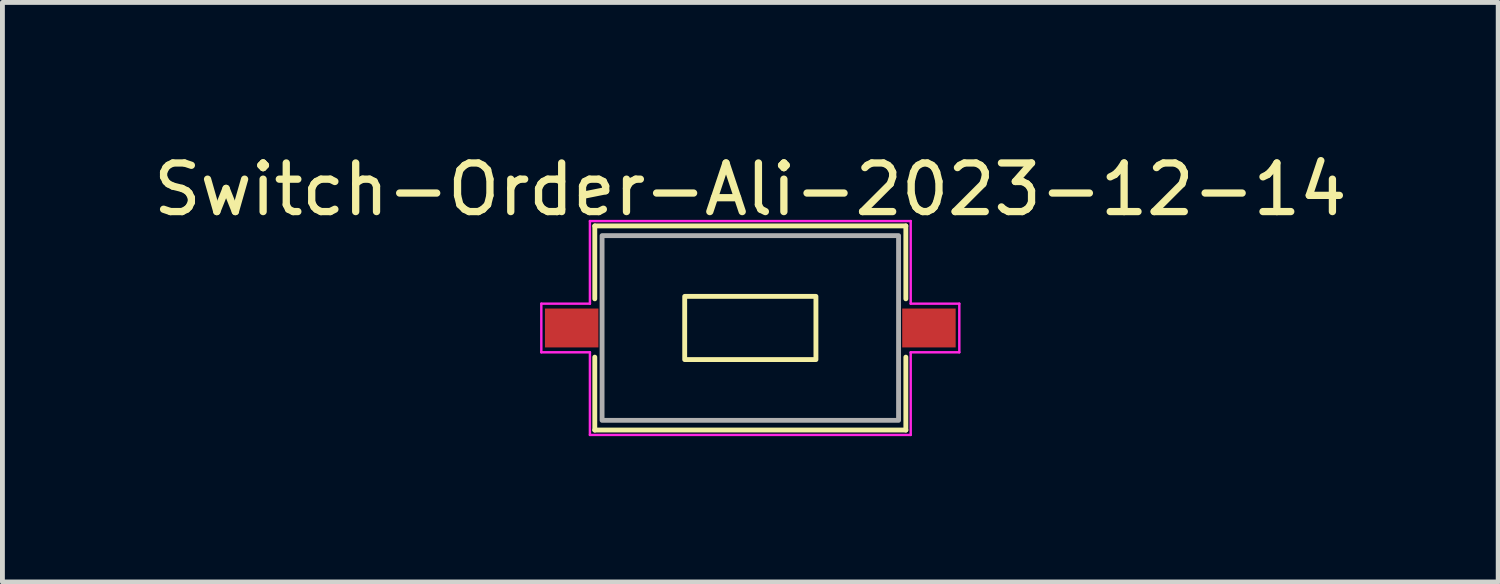
<source format=kicad_pcb>
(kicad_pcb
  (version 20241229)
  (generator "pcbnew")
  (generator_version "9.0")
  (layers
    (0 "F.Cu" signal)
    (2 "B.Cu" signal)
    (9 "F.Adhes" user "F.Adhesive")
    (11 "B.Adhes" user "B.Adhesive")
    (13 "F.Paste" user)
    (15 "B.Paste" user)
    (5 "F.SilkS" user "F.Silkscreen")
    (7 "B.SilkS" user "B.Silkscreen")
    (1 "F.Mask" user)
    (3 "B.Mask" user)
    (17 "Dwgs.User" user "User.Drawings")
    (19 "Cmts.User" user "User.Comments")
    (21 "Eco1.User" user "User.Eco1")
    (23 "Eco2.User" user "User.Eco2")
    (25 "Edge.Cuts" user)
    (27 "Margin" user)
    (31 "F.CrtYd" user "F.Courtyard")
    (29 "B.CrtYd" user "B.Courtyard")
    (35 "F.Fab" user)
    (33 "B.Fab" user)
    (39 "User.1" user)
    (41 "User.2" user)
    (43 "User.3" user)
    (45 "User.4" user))
  (footprint "Switch-Order-Ali-2023-12-14"
    (layer "F.Cu")
    (at 12.387 3.698)
    (property "Reference" "Switch-Order-Ali-2023-12-14" (at 0 -2.85 0) (unlocked yes) (layer "F.SilkS") (effects (font (size 1 1) (thickness 0.15))))
    (attr smd)
    (fp_line (start -3.2 -2.1) (end 3.2 -2.1) (stroke (width 0.1) (type default)) (layer "F.SilkS"))
    (fp_line (start -3.2 -0.6) (end -3.2 -2.1) (stroke (width 0.1) (type default)) (layer "F.SilkS"))
    (fp_line (start -3.2 0.6) (end -3.2 2.1) (stroke (width 0.1) (type default)) (layer "F.SilkS"))
    (fp_line (start -3.2 2.1) (end 3.2 2.1) (stroke (width 0.1) (type default)) (layer "F.SilkS"))
    (fp_line (start 3.2 -2.1) (end 3.2 -0.6) (stroke (width 0.1) (type default)) (layer "F.SilkS"))
    (fp_line (start 3.2 2.1) (end 3.2 0.6) (stroke (width 0.1) (type default)) (layer "F.SilkS"))
    (fp_rect (start -1.35 -0.65) (end 1.35 0.65) (stroke (width 0.1) (type default)) (fill no) (layer "F.SilkS"))
    (fp_line (start -4.3 -0.5) (end -4.3 0.5) (stroke (width 0.05) (type default)) (layer "F.CrtYd"))
    (fp_line (start -4.3 -0.5) (end -3.3 -0.5) (stroke (width 0.05) (type default)) (layer "F.CrtYd"))
    (fp_line (start -4.3 0.5) (end -3.3 0.5) (stroke (width 0.05) (type default)) (layer "F.CrtYd"))
    (fp_line (start -3.3 -2.2) (end 3.3 -2.2) (stroke (width 0.05) (type default)) (layer "F.CrtYd"))
    (fp_line (start -3.3 -0.5) (end -3.3 -2.2) (stroke (width 0.05) (type default)) (layer "F.CrtYd"))
    (fp_line (start -3.3 0.5) (end -3.3 2.2) (stroke (width 0.05) (type default)) (layer "F.CrtYd"))
    (fp_line (start 3.3 -2.2) (end 3.3 -0.5) (stroke (width 0.05) (type default)) (layer "F.CrtYd"))
    (fp_line (start 3.3 -0.5) (end 4.3 -0.5) (stroke (width 0.05) (type default)) (layer "F.CrtYd"))
    (fp_line (start 3.3 0.5) (end 3.3 2.2) (stroke (width 0.05) (type default)) (layer "F.CrtYd"))
    (fp_line (start 3.3 2.2) (end -3.3 2.2) (stroke (width 0.05) (type default)) (layer "F.CrtYd"))
    (fp_line (start 4.3 -0.5) (end 4.3 0.5) (stroke (width 0.05) (type default)) (layer "F.CrtYd"))
    (fp_line (start 4.3 0.5) (end 3.3 0.5) (stroke (width 0.05) (type default)) (layer "F.CrtYd"))
    (fp_rect (start -3.05 -1.9) (end 3.05 1.9) (stroke (width 0.1) (type default)) (fill no) (layer "F.Fab"))
    (pad "1" smd rect (at -3.675 0) (size 1.1 0.8) (layers "F.Cu" "F.Mask" "F.Paste"))
    (pad "2" smd rect (at 3.675 0) (size 1.1 0.8) (layers "F.Cu" "F.Mask" "F.Paste")))
  (gr_rect
    (start -3 -3)
    (end 27.774 8.923)
    (stroke (width 0.1) (type default))
    (fill no)
    (layer "Edge.Cuts")))
</source>
